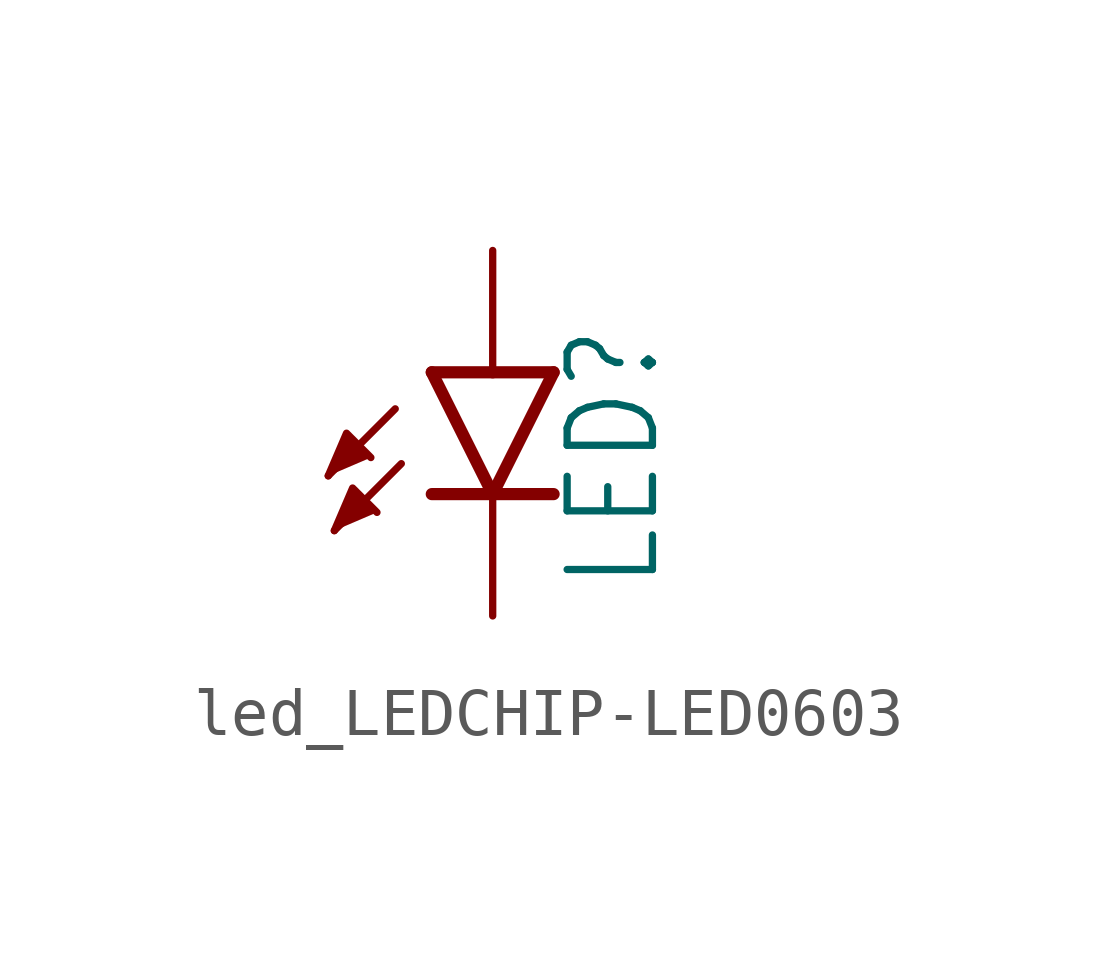
<source format=kicad_sym>
(kicad_symbol_lib
  (version 20231120)
  (generator "kicad_symbol_editor")
  (generator_version "8.0")
  (symbol "led_LEDCHIP-LED0603"
    (property "Reference" "LED"
      (at 3.556 -4.572 90)
      (effects (font (size 1.778 1.511)) (justify left bottom)))
    (property "Value" ""
      (at 5.715 -4.572 90)
      (effects (font (size 1.778 1.511)) (justify left bottom)))
    (property "ki_locked" ""
      (at 0 0 0)
      (effects (font (size 1.27 1.27))))
    (symbol "led_LEDCHIP-LED0603_1_0"
      (polyline (pts (xy -2.032 -0.762) (xy -3.429 -2.159)) (stroke (width 0.152) (type solid)) (fill (type none)))
      (polyline (pts (xy -1.905 -1.905) (xy -3.302 -3.302)) (stroke (width 0.152) (type solid)) (fill (type none)))
      (polyline (pts (xy 0 -2.54) (xy -1.27 -2.54)) (stroke (width 0.254) (type solid)) (fill (type none)))
      (polyline (pts (xy 0 -2.54) (xy -1.27 0)) (stroke (width 0.254) (type solid)) (fill (type none)))
      (polyline (pts (xy 0 0) (xy -1.27 0)) (stroke (width 0.254) (type solid)) (fill (type none)))
      (polyline (pts (xy 1.27 -2.54) (xy 0 -2.54)) (stroke (width 0.254) (type solid)) (fill (type none)))
      (polyline (pts (xy 1.27 0) (xy 0 -2.54)) (stroke (width 0.254) (type solid)) (fill (type none)))
      (polyline (pts (xy 1.27 0) (xy 0 0)) (stroke (width 0.254) (type solid)) (fill (type none)))
      (polyline (pts (xy -3.429 -2.159) (xy -3.048 -1.27) (xy -2.54 -1.778)) (stroke (width 0.152) (type solid)) (fill (type outline)))
      (polyline (pts (xy -3.302 -3.302) (xy -2.921 -2.413) (xy -2.413 -2.921)) (stroke (width 0.152) (type solid)) (fill (type outline)))
      (pin passive line (at 0 2.54 270) (length 2.54) (name "A" (effects (font (size 0 0)))) (number "A" (effects (font (size 0 0)))))
      (pin passive line (at 0 -5.08 90) (length 2.54) (name "C" (effects (font (size 0 0)))) (number "C" (effects (font (size 0 0))))))))
</source>
